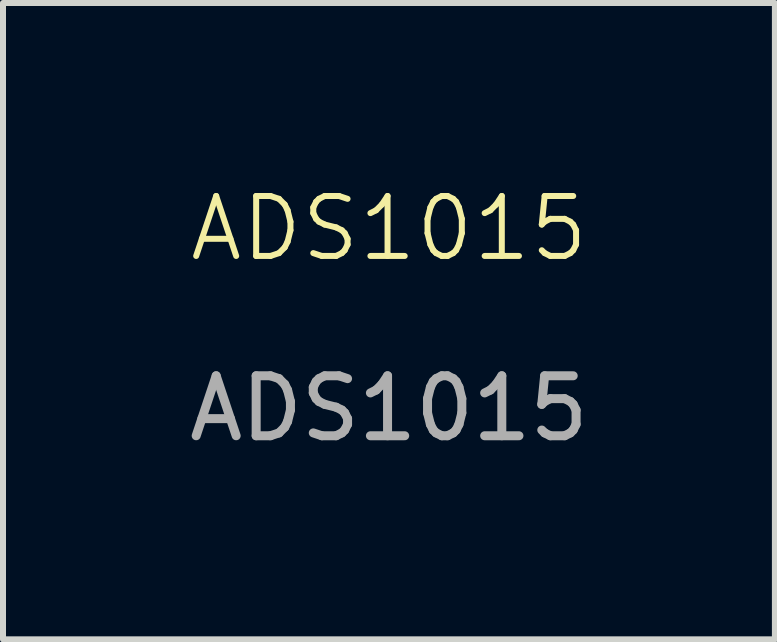
<source format=kicad_pcb>
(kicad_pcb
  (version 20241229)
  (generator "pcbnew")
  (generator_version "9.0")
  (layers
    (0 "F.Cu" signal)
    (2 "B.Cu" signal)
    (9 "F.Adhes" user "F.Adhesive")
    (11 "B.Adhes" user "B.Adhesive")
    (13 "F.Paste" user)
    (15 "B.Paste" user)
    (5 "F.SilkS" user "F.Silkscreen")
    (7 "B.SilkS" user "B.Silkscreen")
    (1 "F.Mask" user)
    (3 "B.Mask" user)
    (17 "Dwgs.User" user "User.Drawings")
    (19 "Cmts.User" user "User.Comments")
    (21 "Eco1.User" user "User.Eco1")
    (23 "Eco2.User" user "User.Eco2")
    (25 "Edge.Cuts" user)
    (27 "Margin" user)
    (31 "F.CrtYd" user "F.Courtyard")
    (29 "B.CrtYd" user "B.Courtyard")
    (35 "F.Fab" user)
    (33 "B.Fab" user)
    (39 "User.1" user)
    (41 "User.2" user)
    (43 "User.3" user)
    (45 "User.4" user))
  (footprint "ADS1015"
    (layer "F.Cu")
    (at 3.435 1.26)
    (property "Reference" "ADS1015" (at 0 -0.5 0) (unlocked yes) (layer "F.SilkS") (effects (font (size 1 1) (thickness 0.1))))
    (attr through_hole)
    (fp_text user "${REFERENCE}" (at 0 2.5 0) (unlocked yes) (layer "F.Fab") (effects (font (size 1 1) (thickness 0.15)))))
  (gr_rect
    (start -3 -3)
    (end 9.869 7.609)
    (stroke (width 0.1) (type default))
    (fill no)
    (layer "Edge.Cuts")))
</source>
